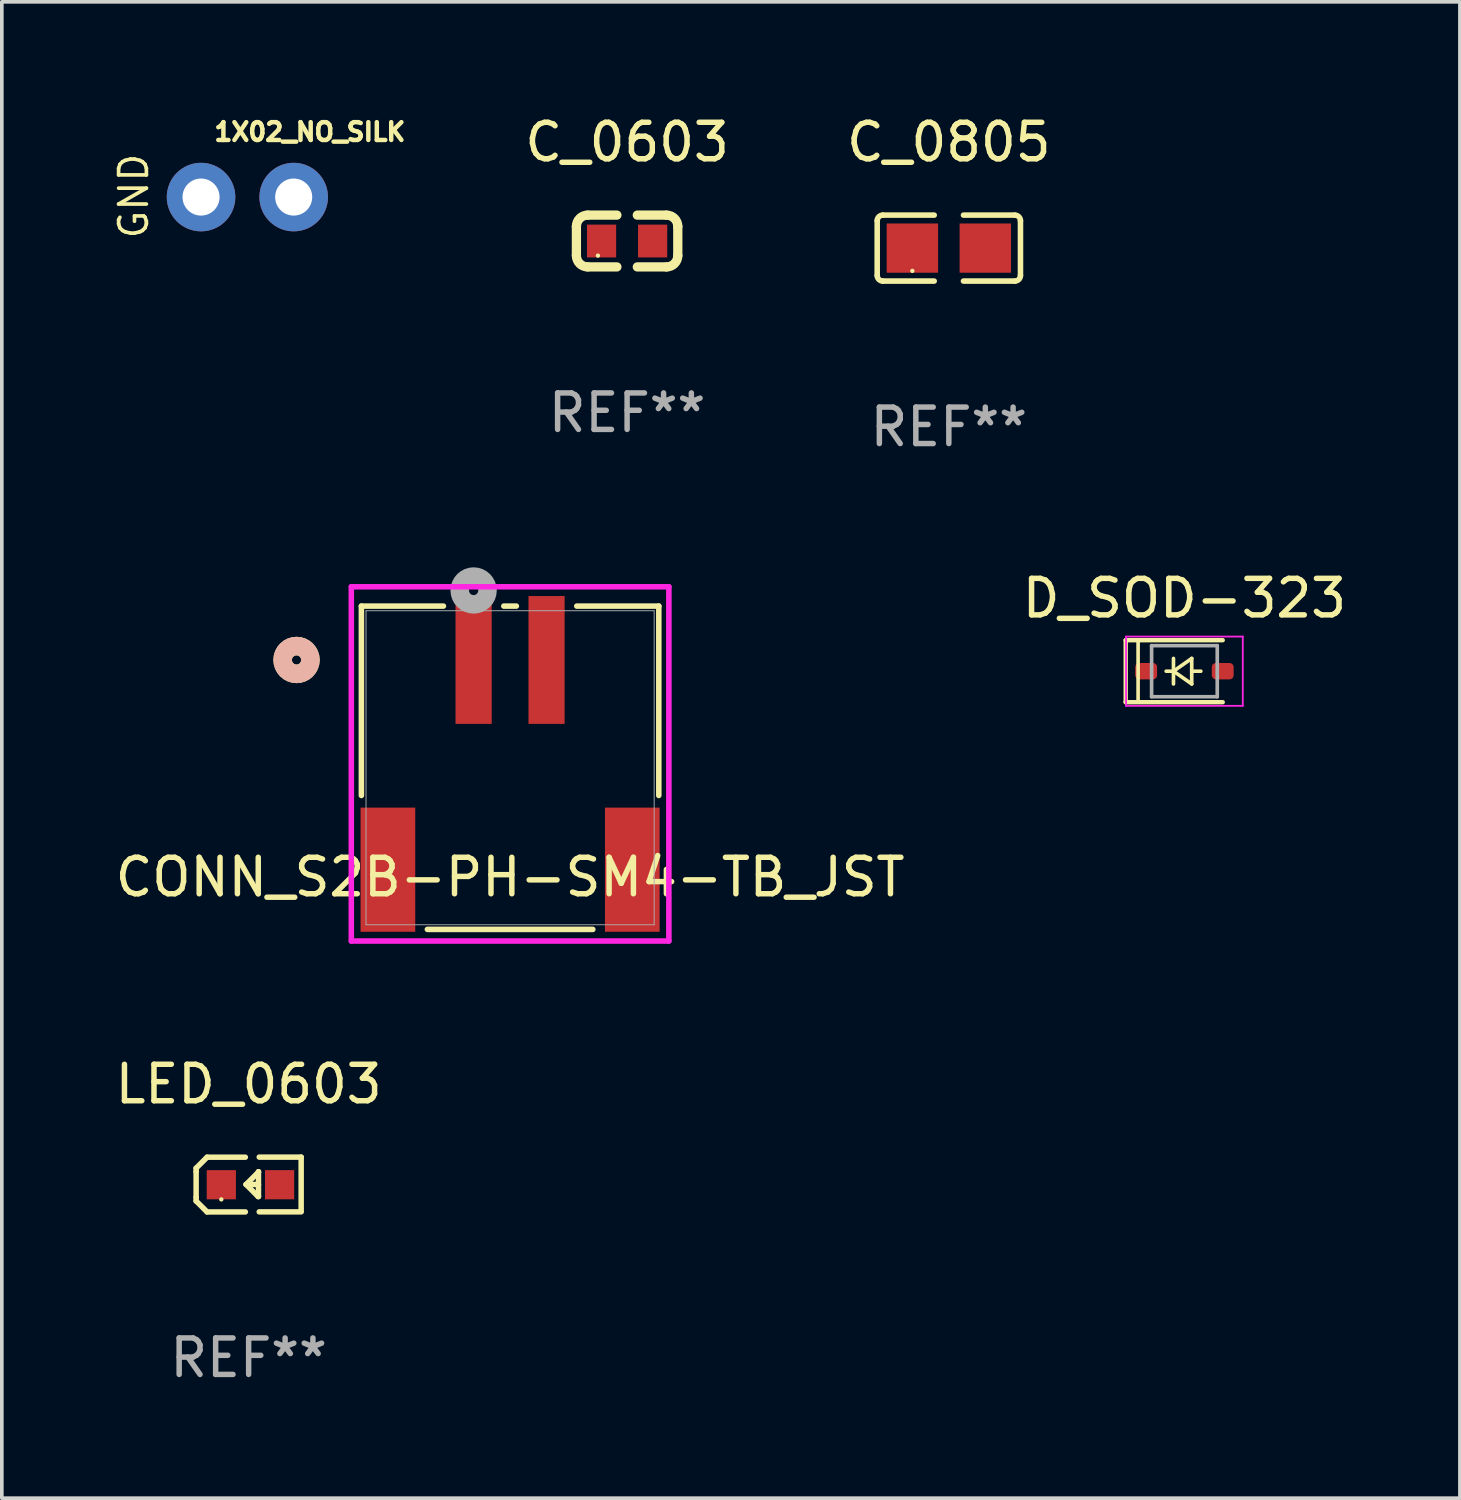
<source format=kicad_pcb>
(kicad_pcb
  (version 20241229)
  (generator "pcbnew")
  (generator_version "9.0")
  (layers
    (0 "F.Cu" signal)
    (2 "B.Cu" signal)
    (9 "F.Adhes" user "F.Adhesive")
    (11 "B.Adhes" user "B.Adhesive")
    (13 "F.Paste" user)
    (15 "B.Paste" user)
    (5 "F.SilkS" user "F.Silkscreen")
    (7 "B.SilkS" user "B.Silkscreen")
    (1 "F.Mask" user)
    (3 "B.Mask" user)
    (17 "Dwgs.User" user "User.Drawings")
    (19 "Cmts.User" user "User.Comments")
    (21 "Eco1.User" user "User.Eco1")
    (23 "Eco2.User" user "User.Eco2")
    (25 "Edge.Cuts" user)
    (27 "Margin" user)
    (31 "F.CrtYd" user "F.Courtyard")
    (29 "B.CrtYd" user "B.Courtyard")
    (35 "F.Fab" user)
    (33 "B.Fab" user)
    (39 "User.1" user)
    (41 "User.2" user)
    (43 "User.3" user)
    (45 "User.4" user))
  (footprint "C_0603"
    (layer "F.Cu")
    (at 14.143 3.558)
    (property "Reference" "C_0603" (at 0.000051 -2.71 0) (layer "F.SilkS") (effects (font (size 1 1) (thickness 0.15))))
    (attr smd)
    (fp_line (start -1.39 0.4) (end -1.39 -0.4) (stroke (width 0.254) (type solid)) (layer "F.SilkS"))
    (fp_line (start -0.28 -0.71) (end -1.08 -0.71) (stroke (width 0.254) (type solid)) (layer "F.SilkS"))
    (fp_line (start -0.28 0.71) (end -1.08 0.71) (stroke (width 0.254) (type solid)) (layer "F.SilkS"))
    (fp_line (start 0.28 -0.71) (end 1.08 -0.71) (stroke (width 0.254) (type solid)) (layer "F.SilkS"))
    (fp_line (start 0.28 0.71) (end 1.08 0.71) (stroke (width 0.254) (type solid)) (layer "F.SilkS"))
    (fp_line (start 1.39 -0.4) (end 1.39 0.4) (stroke (width 0.254) (type solid)) (layer "F.SilkS"))
    (fp_arc (start -1.389916 -0.400229) (mid -1.299195 -0.619335) (end -1.080111 -0.710109) (stroke (width 0.254001) (type solid)) (layer "F.SilkS"))
    (fp_arc (start -1.080112 0.709576) (mid -1.299178 0.618819) (end -1.389916 0.399745) (stroke (width 0.254001) (type solid)) (layer "F.SilkS"))
    (fp_arc (start 1.080188 -0.709627) (mid 1.29928 -0.618871) (end 1.390018 -0.399772) (stroke (width 0.254001) (type solid)) (layer "F.SilkS"))
    (fp_arc (start 1.390018 0.400203) (mid 1.299271 0.619286) (end 1.080188 0.710033) (stroke (width 0.254001) (type solid)) (layer "F.SilkS"))
    (fp_circle (center -0.8 0.4) (end -0.77 0.4) (stroke (width 0.06) (type solid)) (fill no) (layer "F.SilkS"))
    (fp_text user "REF**" (at 0.000051 4.71 0) (layer "F.Fab") (effects (font (size 1 1) (thickness 0.15))))
    (pad "1" smd rect (at -0.7 0) (size 0.8 0.9) (layers "F.Cu" "F.Mask" "F.Paste"))
    (pad "2" smd rect (at 0.7 0) (size 0.8 0.9) (layers "F.Cu" "F.Mask" "F.Paste")))
  (footprint "C_0805"
    (layer "F.Cu")
    (at 22.964 3.752)
    (property "Reference" "C_0805" (at 0 -2.904 0) (layer "F.SilkS") (effects (font (size 1 1) (thickness 0.15))))
    (attr smd)
    (fp_line (start -1.964 0.751) (end -1.964 -0.751) (stroke (width 0.152) (type solid)) (layer "F.SilkS"))
    (fp_line (start -1.811 -0.904) (end -0.401 -0.904) (stroke (width 0.152) (type solid)) (layer "F.SilkS"))
    (fp_line (start -0.401 0.904) (end -1.811 0.904) (stroke (width 0.152) (type solid)) (layer "F.SilkS"))
    (fp_line (start 0.401 0.904) (end 1.811 0.904) (stroke (width 0.152) (type solid)) (layer "F.SilkS"))
    (fp_line (start 1.811 -0.904) (end 0.401 -0.904) (stroke (width 0.152) (type solid)) (layer "F.SilkS"))
    (fp_line (start 1.964 0.751) (end 1.964 -0.751) (stroke (width 0.152) (type solid)) (layer "F.SilkS"))
    (fp_arc (start -1.963602 -0.751207) (mid -1.918965 -0.858971) (end -1.811201 -0.903608) (stroke (width 0.1524) (type solid)) (layer "F.SilkS"))
    (fp_arc (start -1.811201 0.903607) (mid -1.918964 0.85897) (end -1.963601 0.751207) (stroke (width 0.1524) (type solid)) (layer "F.SilkS"))
    (fp_arc (start 1.811201 -0.903607) (mid 1.918964 -0.85897) (end 1.963601 -0.751207) (stroke (width 0.1524) (type solid)) (layer "F.SilkS"))
    (fp_arc (start 1.963602 0.751207) (mid 1.918965 0.858971) (end 1.811201 0.903608) (stroke (width 0.1524) (type solid)) (layer "F.SilkS"))
    (fp_circle (center -1 0.625) (end -0.97 0.625) (stroke (width 0.06) (type solid)) (fill no) (layer "F.SilkS"))
    (fp_text user "REF**" (at 0 4.904 0) (layer "F.Fab") (effects (font (size 1 1) (thickness 0.15))))
    (pad "1" smd rect (at -1 0) (size 1.41 1.35) (layers "F.Cu" "F.Mask" "F.Paste"))
    (pad "2" smd rect (at 1 0) (size 1.41 1.35) (layers "F.Cu" "F.Mask" "F.Paste")))
  (footprint "1X02_NO_SILK"
    (layer "F.Cu")
    (at 2.462 2.353)
    (property "Reference" "1X02_NO_SILK" (at 0.3 -1.5 0) (layer "F.SilkS") (effects (font (size 0.488 0.488) (thickness 0.122)) (justify left bottom)))
    (fp_poly (pts (xy -0.254 0.254) (xy 0.254 0.254) (xy 0.254 -0.254) (xy -0.254 -0.254)) (stroke (width 0.1) (type default)) (fill no) (layer "F.Fab"))
    (fp_poly (pts (xy 2.286 0.254) (xy 2.794 0.254) (xy 2.794 -0.254) (xy 2.286 -0.254)) (stroke (width 0.1) (type default)) (fill no) (layer "F.Fab"))
    (fp_text user "GND" (at -1.4 1.2 90) (unlocked yes) (layer "F.SilkS") (effects (font (size 0.762 0.762) (thickness 0.1)) (justify left bottom)))
    (pad "1" thru_hole circle (at 0 0 90) (size 1.88 1.88) (drill 1.016) (layers "*.Cu" "*.Mask"))
    (pad "2" thru_hole circle (at 2.54 0 90) (size 1.88 1.88) (drill 1.016) (layers "*.Cu" "*.Mask")))
  (footprint "D_SOD-323"
    (layer "F.Cu")
    (at 29.423 15.352)
    (property "Reference" "D_SOD-323" (at 0 -2 0) (layer "F.SilkS") (effects (font (size 1 1) (thickness 0.15))))
    (attr smd)
    (fp_line (start -1.61 -0.85) (end -1.61 0.85) (stroke (width 0.12) (type solid)) (layer "F.SilkS"))
    (fp_line (start -1.61 -0.85) (end 1.05 -0.85) (stroke (width 0.12) (type solid)) (layer "F.SilkS"))
    (fp_line (start -1.61 0.85) (end 1.05 0.85) (stroke (width 0.12) (type solid)) (layer "F.SilkS"))
    (fp_line (start -1.27 -0.851) (end -1.27 0.851) (stroke (width 0.1) (type default)) (layer "F.SilkS"))
    (fp_line (start -0.3 -0.35) (end -0.3 0.35) (stroke (width 0.1) (type solid)) (layer "F.SilkS"))
    (fp_line (start -0.3 0) (end -0.5 0) (stroke (width 0.1) (type solid)) (layer "F.SilkS"))
    (fp_line (start -0.3 0) (end 0.2 -0.35) (stroke (width 0.1) (type solid)) (layer "F.SilkS"))
    (fp_line (start 0.2 -0.35) (end 0.2 0.35) (stroke (width 0.1) (type solid)) (layer "F.SilkS"))
    (fp_line (start 0.2 0) (end 0.45 0) (stroke (width 0.1) (type solid)) (layer "F.SilkS"))
    (fp_line (start 0.2 0.35) (end -0.3 0) (stroke (width 0.1) (type solid)) (layer "F.SilkS"))
    (fp_line (start -1.6 -0.95) (end -1.6 0.95) (stroke (width 0.05) (type solid)) (layer "F.CrtYd"))
    (fp_line (start -1.6 -0.95) (end 1.6 -0.95) (stroke (width 0.05) (type solid)) (layer "F.CrtYd"))
    (fp_line (start -1.6 0.95) (end 1.6 0.95) (stroke (width 0.05) (type solid)) (layer "F.CrtYd"))
    (fp_line (start 1.6 -0.95) (end 1.6 0.95) (stroke (width 0.05) (type solid)) (layer "F.CrtYd"))
    (fp_line (start -0.9 -0.7) (end 0.9 -0.7) (stroke (width 0.1) (type solid)) (layer "F.Fab"))
    (fp_line (start -0.9 0.7) (end -0.9 -0.7) (stroke (width 0.1) (type solid)) (layer "F.Fab"))
    (fp_line (start 0.9 -0.7) (end 0.9 0.7) (stroke (width 0.1) (type solid)) (layer "F.Fab"))
    (fp_line (start 0.9 0.7) (end -0.9 0.7) (stroke (width 0.1) (type solid)) (layer "F.Fab"))
    (pad "1" smd roundrect (at -1.05 0) (size 0.6 0.45) (layers "F.Cu" "F.Mask" "F.Paste") (roundrect_rratio 0.25))
    (pad "2" smd roundrect (at 1.05 0) (size 0.6 0.45) (layers "F.Cu" "F.Mask" "F.Paste") (roundrect_rratio 0.25)))
  (footprint "LED_0603"
    (layer "F.Cu")
    (at 3.817 29.431)
    (property "Reference" "LED_0603" (at -0.05 -2.757 0) (layer "F.SilkS") (effects (font (size 1 1) (thickness 0.15))))
    (attr smd)
    (fp_line (start -1.49 -0.454) (end -1.19 -0.754) (stroke (width 0.15) (type solid)) (layer "F.SilkS"))
    (fp_line (start -1.49 -0.354) (end -1.49 -0.454) (stroke (width 0.15) (type solid)) (layer "F.SilkS"))
    (fp_line (start -1.49 -0.354) (end -1.49 0.346) (stroke (width 0.15) (type solid)) (layer "F.SilkS"))
    (fp_line (start -1.49 0.346) (end -1.49 0.446) (stroke (width 0.15) (type solid)) (layer "F.SilkS"))
    (fp_line (start -1.49 0.446) (end -1.19 0.746) (stroke (width 0.15) (type solid)) (layer "F.SilkS"))
    (fp_line (start -0.14 -0.754) (end -1.19 -0.754) (stroke (width 0.15) (type solid)) (layer "F.SilkS"))
    (fp_line (start -0.14 0.746) (end -1.19 0.746) (stroke (width 0.15) (type solid)) (layer "F.SilkS"))
    (fp_line (start 0.21 0.324) (end -0.12 -0.007) (stroke (width 0.15) (type solid)) (layer "F.SilkS"))
    (fp_line (start 0.22 -0.357) (end 0.22 -0.347) (stroke (width 0.15) (type solid)) (layer "F.SilkS"))
    (fp_line (start 0.22 -0.357) (end 0.22 0.324) (stroke (width 0.15) (type solid)) (layer "F.SilkS"))
    (fp_line (start 0.22 -0.347) (end -0.12 -0.007) (stroke (width 0.15) (type solid)) (layer "F.SilkS"))
    (fp_line (start 0.22 -0.007) (end -0.12 -0.007) (stroke (width 0.15) (type solid)) (layer "F.SilkS"))
    (fp_line (start 0.22 0.324) (end 0.21 0.324) (stroke (width 0.15) (type solid)) (layer "F.SilkS"))
    (fp_line (start 0.24 -0.757) (end 1.39 -0.757) (stroke (width 0.15) (type solid)) (layer "F.SilkS"))
    (fp_line (start 0.24 0.744) (end 1.39 0.744) (stroke (width 0.15) (type solid)) (layer "F.SilkS"))
    (fp_line (start 1.39 -0.756) (end 1.39 0.723) (stroke (width 0.15) (type solid)) (layer "F.SilkS"))
    (fp_circle (center -0.799 0.403) (end -0.769 0.403) (stroke (width 0.06) (type solid)) (fill no) (layer "F.SilkS"))
    (fp_text user "REF**" (at -0.05 4.746 0) (layer "F.Fab") (effects (font (size 1 1) (thickness 0.15))))
    (pad "1" smd rect (at -0.799 0.000127 90) (size 0.8 0.8) (layers "F.Cu" "F.Mask" "F.Paste"))
    (pad "2" smd rect (at 0.799 -0.000127 90) (size 0.8 0.8) (layers "F.Cu" "F.Mask" "F.Paste")))
  (footprint "CONN_S2B-PH-SM4-TB_JST"
    (layer "F.Cu")
    (at 10.935 17.999)
    (property "Reference" "CONN_S2B-PH-SM4-TB_JST" (at 0 3 0) (unlocked yes) (layer "F.SilkS") (effects (font (size 1 1) (thickness 0.15))))
    (attr smd)
    (fp_line (start -4.077 -4.432) (end -4.077 0.76) (stroke (width 0.152) (type solid)) (layer "F.SilkS"))
    (fp_line (start -2.268 4.432) (end 2.268 4.432) (stroke (width 0.152) (type solid)) (layer "F.SilkS"))
    (fp_line (start -1.828 -4.432) (end -4.077 -4.432) (stroke (width 0.152) (type solid)) (layer "F.SilkS"))
    (fp_line (start 0.172 -4.432) (end -0.172 -4.432) (stroke (width 0.152) (type solid)) (layer "F.SilkS"))
    (fp_line (start 4.077 -4.432) (end 1.828 -4.432) (stroke (width 0.152) (type solid)) (layer "F.SilkS"))
    (fp_line (start 4.077 0.76) (end 4.077 -4.432) (stroke (width 0.152) (type solid)) (layer "F.SilkS"))
    (fp_circle (center -5.855 -2.955) (end -5.474 -2.955) (stroke (width 0.508) (type solid)) (fill no) (layer "F.SilkS"))
    (fp_circle (center -5.855 -2.955) (end -5.474 -2.955) (stroke (width 0.508) (type solid)) (fill no) (layer "B.SilkS"))
    (fp_line (start -4.353 -4.962) (end -4.353 4.751) (stroke (width 0.152) (type solid)) (layer "F.CrtYd"))
    (fp_line (start -4.353 4.751) (end 4.353 4.751) (stroke (width 0.152) (type solid)) (layer "F.CrtYd"))
    (fp_line (start 4.353 -4.962) (end -4.353 -4.962) (stroke (width 0.152) (type solid)) (layer "F.CrtYd"))
    (fp_line (start 4.353 4.751) (end 4.353 -4.962) (stroke (width 0.152) (type solid)) (layer "F.CrtYd"))
    (fp_line (start -3.95 -4.305) (end -3.95 4.305) (stroke (width 0.025) (type solid)) (layer "F.Fab"))
    (fp_line (start -3.95 4.305) (end 3.95 4.305) (stroke (width 0.025) (type solid)) (layer "F.Fab"))
    (fp_line (start 3.95 -4.305) (end -3.95 -4.305) (stroke (width 0.025) (type solid)) (layer "F.Fab"))
    (fp_line (start 3.95 4.305) (end 3.95 -4.305) (stroke (width 0.025) (type solid)) (layer "F.Fab"))
    (fp_circle (center -1 -4.86) (end -0.619 -4.86) (stroke (width 0.508) (type solid)) (fill no) (layer "F.Fab"))
    (pad "1" smd rect (at -1 -2.955) (size 0.991 3.505) (layers "F.Cu" "F.Mask" "F.Paste"))
    (pad "2" smd rect (at 1 -2.955) (size 0.991 3.505) (layers "F.Cu" "F.Mask" "F.Paste"))
    (pad "3" smd rect (at -3.35 2.795) (size 1.499 3.404) (layers "F.Cu" "F.Mask" "F.Paste"))
    (pad "4" smd rect (at 3.35 2.795) (size 1.499 3.404) (layers "F.Cu" "F.Mask" "F.Paste")))
  (gr_rect
    (start -3 -3)
    (end 36.976 38.025)
    (stroke (width 0.1) (type default))
    (fill no)
    (layer "Edge.Cuts")))
</source>
